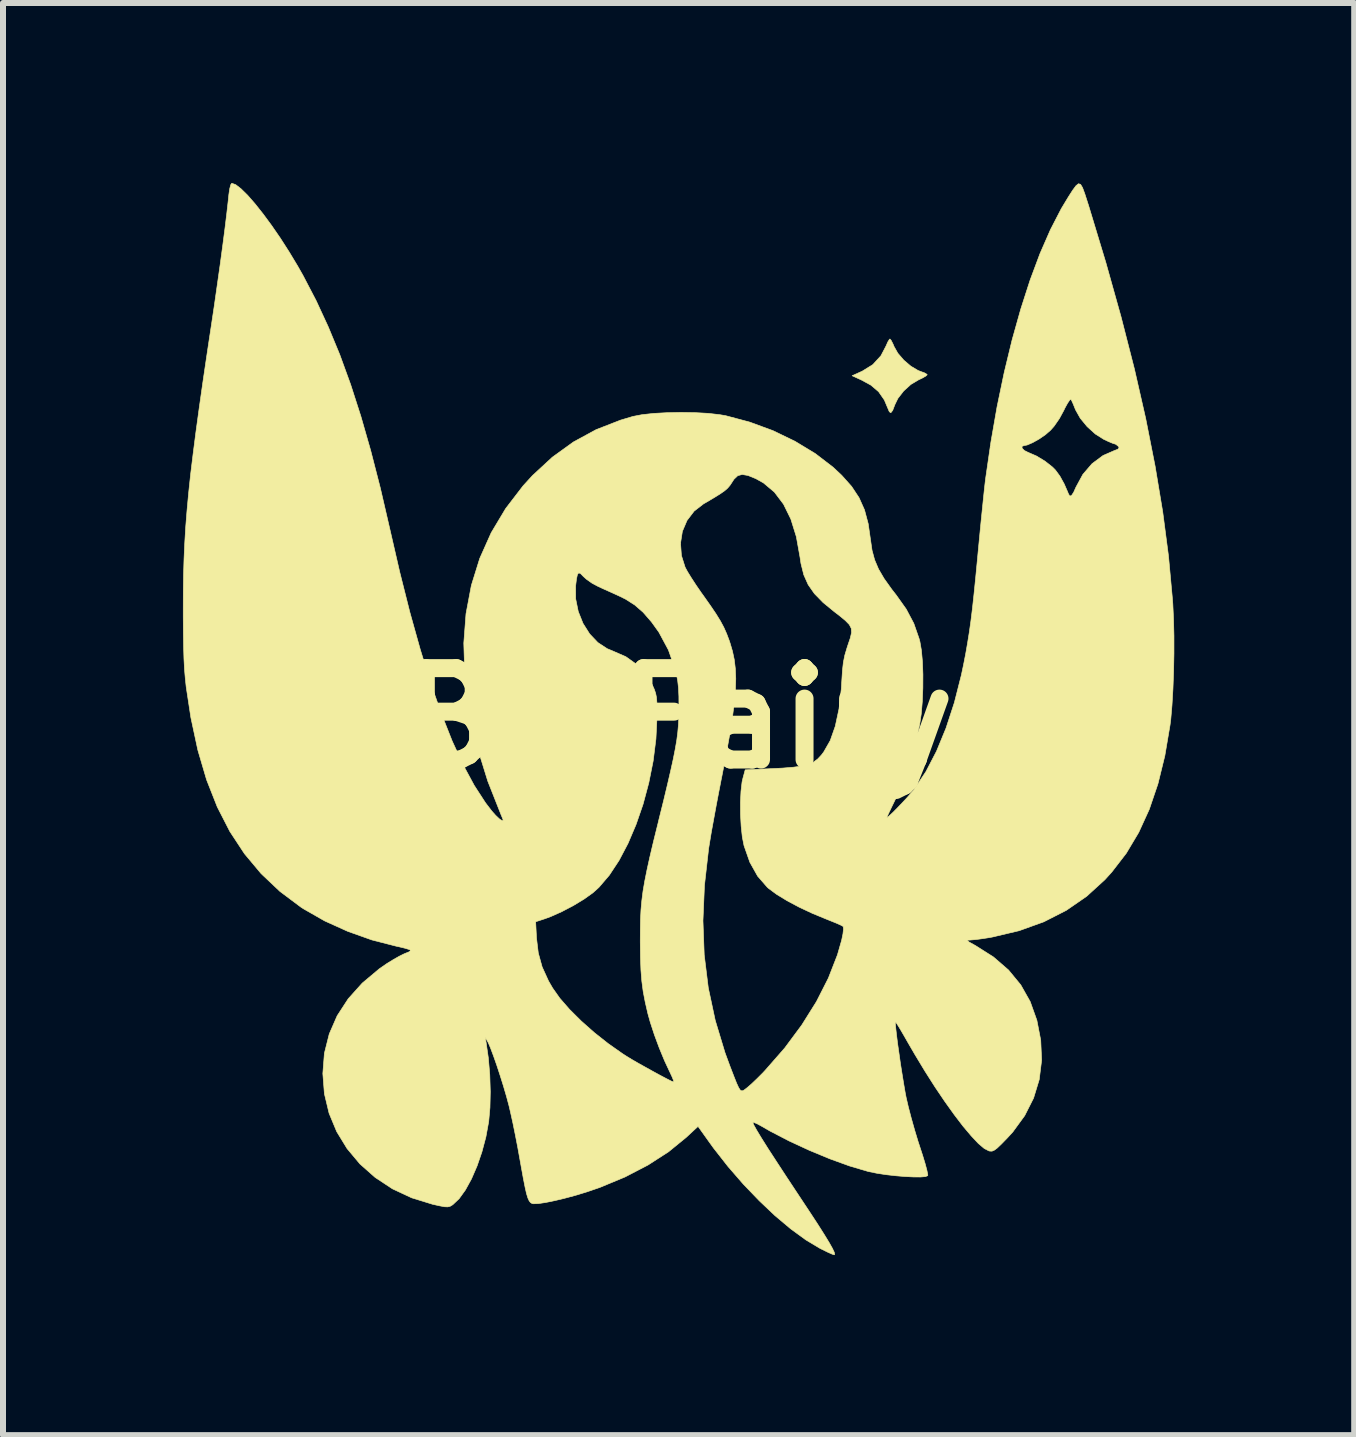
<source format=kicad_pcb>
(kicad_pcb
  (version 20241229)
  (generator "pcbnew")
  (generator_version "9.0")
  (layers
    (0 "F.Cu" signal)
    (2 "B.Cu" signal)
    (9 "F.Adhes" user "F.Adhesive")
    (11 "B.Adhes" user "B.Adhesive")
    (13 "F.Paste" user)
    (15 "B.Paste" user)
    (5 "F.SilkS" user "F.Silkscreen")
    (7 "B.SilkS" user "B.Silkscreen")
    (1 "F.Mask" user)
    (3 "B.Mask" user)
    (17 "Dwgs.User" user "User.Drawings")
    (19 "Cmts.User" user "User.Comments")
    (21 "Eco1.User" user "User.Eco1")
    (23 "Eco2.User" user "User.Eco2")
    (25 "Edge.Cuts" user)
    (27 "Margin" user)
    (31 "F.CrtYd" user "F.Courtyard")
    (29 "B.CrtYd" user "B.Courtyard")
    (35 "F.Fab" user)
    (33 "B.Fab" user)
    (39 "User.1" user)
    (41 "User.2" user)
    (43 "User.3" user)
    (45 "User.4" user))
  (footprint "BigFairy"
    (layer "F.Cu")
    (at 8.258 8.923)
    (property "Reference" "BigFairy" (at 0 0 0) (layer "F.SilkS") (effects (font (size 1.524 1.524) (thickness 0.3))))
    (attr through_hole)
    (fp_poly (pts (xy 3.549 -6.298) (xy 3.58 -6.237) (xy 3.597 -6.196) (xy 3.66 -6.084) (xy 3.759 -5.969) (xy 3.876 -5.869) (xy 3.995 -5.798) (xy 4.038 -5.781) (xy 4.107 -5.756) (xy 4.146 -5.732) (xy 4.149 -5.725) (xy 4.125 -5.703) (xy 4.064 -5.668) (xy 4.006 -5.641) (xy 3.877 -5.564) (xy 3.757 -5.455) (xy 3.661 -5.331) (xy 3.61 -5.226) (xy 3.574 -5.131) (xy 3.543 -5.092) (xy 3.518 -5.109) (xy 3.511 -5.125) (xy 3.435 -5.305) (xy 3.339 -5.443) (xy 3.211 -5.552) (xy 3.051 -5.639) (xy 2.898 -5.709) (xy 3.066 -5.785) (xy 3.242 -5.894) (xy 3.378 -6.042) (xy 3.461 -6.201) (xy 3.493 -6.273) (xy 3.52 -6.316) (xy 3.528 -6.322) (xy 3.549 -6.298)) (stroke (width 0.01) (type solid)) (fill yes) (layer "F.SilkS"))
    (fp_poly (pts (xy -7.378 -8.894) (xy -7.29 -8.826) (xy -7.181 -8.719) (xy -7.058 -8.578) (xy -6.923 -8.408) (xy -6.78 -8.214) (xy -6.634 -8.002) (xy -6.489 -7.776) (xy -6.348 -7.542) (xy -6.256 -7.38) (xy -6.038 -6.962) (xy -5.835 -6.523) (xy -5.643 -6.059) (xy -5.463 -5.564) (xy -5.292 -5.033) (xy -5.128 -4.461) (xy -4.969 -3.843) (xy -4.814 -3.174) (xy -4.812 -3.165) (xy -4.644 -2.435) (xy -4.474 -1.761) (xy -4.301 -1.143) (xy -4.127 -0.58) (xy -3.949 -0.073) (xy -3.77 0.38) (xy -3.587 0.778) (xy -3.402 1.121) (xy -3.214 1.411) (xy -3.11 1.547) (xy -3.045 1.62) (xy -2.985 1.677) (xy -2.958 1.696) (xy -2.926 1.711) (xy -2.919 1.699) (xy -2.937 1.652) (xy -2.952 1.617) (xy -3.176 1.05) (xy -3.349 0.492) (xy -3.473 -0.068) (xy -3.551 -0.637) (xy -3.56 -0.744) (xy -3.576 -1.252) (xy -3.539 -1.742) (xy -3.45 -2.214) (xy -3.31 -2.664) (xy -3.197 -2.917) (xy 0.037 -2.917) (xy 0.052 -2.712) (xy 0.113 -2.518) (xy 0.151 -2.447) (xy 0.215 -2.343) (xy 0.295 -2.22) (xy 0.385 -2.089) (xy 0.405 -2.062) (xy 0.53 -1.885) (xy 0.627 -1.742) (xy 0.701 -1.622) (xy 0.759 -1.514) (xy 0.806 -1.408) (xy 0.849 -1.294) (xy 0.862 -1.255) (xy 0.903 -1.117) (xy 0.933 -0.976) (xy 0.951 -0.825) (xy 0.958 -0.659) (xy 0.952 -0.473) (xy 0.934 -0.262) (xy 0.903 -0.019) (xy 0.859 0.261) (xy 0.801 0.584) (xy 0.729 0.955) (xy 0.717 1.014) (xy 0.673 1.24) (xy 0.629 1.471) (xy 0.588 1.695) (xy 0.551 1.897) (xy 0.523 2.067) (xy 0.506 2.171) (xy 0.436 2.788) (xy 0.411 3.377) (xy 0.432 3.945) (xy 0.5 4.496) (xy 0.616 5.039) (xy 0.779 5.578) (xy 0.863 5.806) (xy 0.926 5.969) (xy 0.972 6.085) (xy 1.007 6.161) (xy 1.035 6.202) (xy 1.062 6.214) (xy 1.091 6.203) (xy 1.129 6.175) (xy 1.154 6.155) (xy 1.222 6.096) (xy 1.312 6.01) (xy 1.41 5.912) (xy 1.449 5.87) (xy 1.773 5.5) (xy 2.058 5.116) (xy 2.303 4.725) (xy 2.502 4.333) (xy 2.653 3.946) (xy 2.723 3.702) (xy 2.745 3.596) (xy 2.754 3.515) (xy 2.749 3.473) (xy 2.748 3.472) (xy 2.713 3.452) (xy 2.637 3.418) (xy 2.533 3.376) (xy 2.461 3.347) (xy 2.233 3.253) (xy 2.012 3.149) (xy 1.81 3.041) (xy 1.638 2.936) (xy 1.507 2.839) (xy 1.485 2.82) (xy 1.323 2.634) (xy 1.193 2.402) (xy 1.096 2.126) (xy 1.067 1.981) (xy 1.048 1.801) (xy 1.037 1.603) (xy 1.036 1.403) (xy 1.045 1.218) (xy 1.063 1.063) (xy 1.077 1.002) (xy 1.115 0.861) (xy 1.51 0.843) (xy 1.739 0.832) (xy 1.92 0.817) (xy 2.061 0.797) (xy 2.169 0.77) (xy 2.254 0.732) (xy 2.323 0.681) (xy 2.385 0.615) (xy 2.425 0.562) (xy 2.533 0.373) (xy 2.617 0.134) (xy 2.679 -0.155) (xy 2.718 -0.49) (xy 2.726 -0.628) (xy 2.737 -0.798) (xy 2.752 -0.932) (xy 2.776 -1.05) (xy 2.812 -1.171) (xy 2.828 -1.22) (xy 2.868 -1.338) (xy 2.888 -1.426) (xy 2.884 -1.496) (xy 2.851 -1.56) (xy 2.785 -1.628) (xy 2.682 -1.713) (xy 2.602 -1.774) (xy 2.413 -1.929) (xy 2.269 -2.077) (xy 2.165 -2.226) (xy 2.092 -2.39) (xy 2.045 -2.578) (xy 2.029 -2.685) (xy 1.968 -3.025) (xy 1.876 -3.32) (xy 1.754 -3.568) (xy 1.602 -3.769) (xy 1.42 -3.922) (xy 1.293 -3.993) (xy 1.163 -4.046) (xy 1.065 -4.063) (xy 0.991 -4.043) (xy 0.928 -3.983) (xy 0.897 -3.935) (xy 0.862 -3.882) (xy 0.823 -3.836) (xy 0.772 -3.791) (xy 0.699 -3.74) (xy 0.596 -3.676) (xy 0.454 -3.592) (xy 0.423 -3.575) (xy 0.264 -3.452) (xy 0.145 -3.296) (xy 0.068 -3.115) (xy 0.037 -2.917) (xy -3.197 -2.917) (xy -3.119 -3.092) (xy -2.878 -3.495) (xy -2.588 -3.873) (xy -2.43 -4.046) (xy -2.1 -4.351) (xy -1.748 -4.605) (xy -1.371 -4.81) (xy -0.963 -4.969) (xy -0.755 -5.031) (xy -0.604 -5.06) (xy -0.412 -5.081) (xy -0.191 -5.093) (xy 0.043 -5.098) (xy 0.278 -5.094) (xy 0.498 -5.082) (xy 0.69 -5.06) (xy 0.79 -5.043) (xy 1.191 -4.936) (xy 1.58 -4.793) (xy 1.946 -4.616) (xy 2.283 -4.412) (xy 2.579 -4.185) (xy 2.724 -4.049) (xy 2.889 -3.864) (xy 3.013 -3.676) (xy 3.104 -3.473) (xy 3.166 -3.241) (xy 3.204 -2.977) (xy 3.23 -2.798) (xy 3.273 -2.639) (xy 3.338 -2.486) (xy 3.431 -2.327) (xy 3.558 -2.149) (xy 3.63 -2.057) (xy 3.8 -1.818) (xy 3.926 -1.58) (xy 4.014 -1.328) (xy 4.028 -1.276) (xy 4.053 -1.131) (xy 4.07 -0.944) (xy 4.078 -0.73) (xy 4.077 -0.503) (xy 4.068 -0.278) (xy 4.05 -0.07) (xy 4.025 0.099) (xy 3.969 0.351) (xy 3.892 0.625) (xy 3.801 0.902) (xy 3.703 1.161) (xy 3.618 1.355) (xy 3.563 1.468) (xy 3.517 1.564) (xy 3.487 1.629) (xy 3.477 1.651) (xy 3.484 1.654) (xy 3.522 1.623) (xy 3.582 1.567) (xy 3.656 1.492) (xy 3.737 1.407) (xy 3.817 1.321) (xy 3.887 1.24) (xy 3.937 1.178) (xy 4.129 0.889) (xy 4.305 0.55) (xy 4.463 0.166) (xy 4.602 -0.259) (xy 4.719 -0.719) (xy 4.755 -0.889) (xy 4.791 -1.073) (xy 4.822 -1.251) (xy 4.851 -1.431) (xy 4.878 -1.622) (xy 4.904 -1.833) (xy 4.93 -2.072) (xy 4.958 -2.349) (xy 4.989 -2.671) (xy 4.996 -2.747) (xy 5.019 -2.987) (xy 5.042 -3.226) (xy 5.065 -3.453) (xy 5.086 -3.658) (xy 5.104 -3.831) (xy 5.119 -3.962) (xy 5.123 -3.993) (xy 5.201 -4.531) (xy 5.728 -4.531) (xy 5.733 -4.499) (xy 5.77 -4.462) (xy 5.832 -4.431) (xy 5.835 -4.43) (xy 5.971 -4.371) (xy 6.113 -4.285) (xy 6.239 -4.186) (xy 6.288 -4.136) (xy 6.362 -4.035) (xy 6.434 -3.904) (xy 6.493 -3.768) (xy 6.501 -3.747) (xy 6.525 -3.704) (xy 6.554 -3.71) (xy 6.591 -3.766) (xy 6.629 -3.851) (xy 6.745 -4.065) (xy 6.898 -4.243) (xy 7.081 -4.379) (xy 7.261 -4.458) (xy 7.328 -4.484) (xy 7.348 -4.508) (xy 7.336 -4.532) (xy 7.294 -4.566) (xy 7.276 -4.572) (xy 7.238 -4.584) (xy 7.167 -4.614) (xy 7.094 -4.648) (xy 6.952 -4.738) (xy 6.816 -4.861) (xy 6.701 -5.001) (xy 6.623 -5.14) (xy 6.616 -5.157) (xy 6.583 -5.239) (xy 6.555 -5.3) (xy 6.545 -5.316) (xy 6.525 -5.304) (xy 6.489 -5.25) (xy 6.443 -5.166) (xy 6.428 -5.133) (xy 6.353 -4.995) (xy 6.265 -4.868) (xy 6.206 -4.801) (xy 6.12 -4.726) (xy 6.015 -4.654) (xy 5.908 -4.594) (xy 5.815 -4.554) (xy 5.764 -4.544) (xy 5.728 -4.531) (xy 5.201 -4.531) (xy 5.211 -4.6) (xy 5.314 -5.191) (xy 5.433 -5.762) (xy 5.565 -6.307) (xy 5.71 -6.823) (xy 5.865 -7.304) (xy 6.03 -7.746) (xy 6.204 -8.144) (xy 6.384 -8.493) (xy 6.504 -8.692) (xy 6.576 -8.804) (xy 6.63 -8.877) (xy 6.671 -8.91) (xy 6.706 -8.9) (xy 6.739 -8.845) (xy 6.777 -8.742) (xy 6.826 -8.589) (xy 6.84 -8.546) (xy 7.127 -7.598) (xy 7.381 -6.692) (xy 7.603 -5.825) (xy 7.792 -4.996) (xy 7.949 -4.201) (xy 8.076 -3.438) (xy 8.172 -2.704) (xy 8.237 -1.996) (xy 8.244 -1.905) (xy 8.256 -1.654) (xy 8.263 -1.373) (xy 8.263 -1.075) (xy 8.257 -0.773) (xy 8.246 -0.481) (xy 8.23 -0.212) (xy 8.21 0.02) (xy 8.198 0.113) (xy 8.111 0.627) (xy 7.996 1.095) (xy 7.852 1.519) (xy 7.676 1.904) (xy 7.469 2.251) (xy 7.227 2.565) (xy 7.111 2.693) (xy 6.807 2.97) (xy 6.468 3.204) (xy 6.093 3.395) (xy 5.682 3.543) (xy 5.233 3.649) (xy 5.197 3.656) (xy 5.075 3.675) (xy 4.965 3.69) (xy 4.885 3.697) (xy 4.872 3.698) (xy 4.829 3.7) (xy 4.821 3.71) (xy 4.85 3.733) (xy 4.924 3.774) (xy 4.953 3.79) (xy 5.253 3.98) (xy 5.505 4.198) (xy 5.709 4.446) (xy 5.867 4.726) (xy 5.978 5.037) (xy 6.042 5.368) (xy 6.057 5.702) (xy 6.017 6.025) (xy 5.923 6.333) (xy 5.775 6.626) (xy 5.576 6.899) (xy 5.487 6.996) (xy 5.388 7.098) (xy 5.318 7.165) (xy 5.268 7.202) (xy 5.23 7.218) (xy 5.193 7.217) (xy 5.177 7.213) (xy 5.101 7.174) (xy 5.001 7.089) (xy 4.883 6.963) (xy 4.747 6.802) (xy 4.599 6.608) (xy 4.441 6.387) (xy 4.277 6.144) (xy 4.111 5.883) (xy 3.945 5.608) (xy 3.839 5.426) (xy 3.766 5.298) (xy 3.703 5.19) (xy 3.654 5.11) (xy 3.626 5.068) (xy 3.62 5.063) (xy 3.619 5.095) (xy 3.626 5.173) (xy 3.639 5.288) (xy 3.657 5.431) (xy 3.68 5.592) (xy 3.704 5.762) (xy 3.731 5.932) (xy 3.757 6.092) (xy 3.781 6.233) (xy 3.798 6.322) (xy 3.834 6.477) (xy 3.883 6.665) (xy 3.94 6.867) (xy 3.999 7.062) (xy 4.023 7.135) (xy 4.073 7.288) (xy 4.114 7.423) (xy 4.143 7.531) (xy 4.158 7.602) (xy 4.159 7.626) (xy 4.121 7.642) (xy 4.037 7.649) (xy 3.919 7.648) (xy 3.777 7.641) (xy 3.621 7.628) (xy 3.463 7.61) (xy 3.313 7.587) (xy 3.181 7.56) (xy 3.153 7.553) (xy 2.852 7.464) (xy 2.524 7.345) (xy 2.184 7.204) (xy 1.847 7.048) (xy 1.529 6.883) (xy 1.39 6.803) (xy 1.313 6.761) (xy 1.259 6.739) (xy 1.242 6.74) (xy 1.258 6.781) (xy 1.306 6.867) (xy 1.385 6.998) (xy 1.495 7.173) (xy 1.636 7.39) (xy 1.806 7.65) (xy 2.005 7.951) (xy 2.005 7.951) (xy 2.177 8.211) (xy 2.318 8.426) (xy 2.429 8.601) (xy 2.512 8.737) (xy 2.569 8.838) (xy 2.6 8.904) (xy 2.607 8.939) (xy 2.598 8.946) (xy 2.562 8.934) (xy 2.49 8.902) (xy 2.395 8.855) (xy 2.359 8.837) (xy 2.127 8.698) (xy 1.876 8.515) (xy 1.614 8.295) (xy 1.348 8.043) (xy 1.083 7.767) (xy 0.828 7.473) (xy 0.589 7.168) (xy 0.514 7.064) (xy 0.329 6.805) (xy 0.131 6.989) (xy -0.163 7.229) (xy -0.506 7.45) (xy -0.889 7.649) (xy -1.308 7.823) (xy -1.524 7.897) (xy -1.707 7.953) (xy -1.889 8.002) (xy -2.06 8.043) (xy -2.211 8.074) (xy -2.333 8.092) (xy -2.414 8.095) (xy -2.437 8.091) (xy -2.463 8.076) (xy -2.486 8.047) (xy -2.508 7.999) (xy -2.531 7.924) (xy -2.555 7.817) (xy -2.584 7.67) (xy -2.619 7.477) (xy -2.64 7.359) (xy -2.676 7.159) (xy -2.716 6.953) (xy -2.756 6.756) (xy -2.794 6.584) (xy -2.821 6.467) (xy -2.863 6.31) (xy -2.914 6.136) (xy -2.97 5.957) (xy -3.027 5.783) (xy -3.082 5.627) (xy -3.13 5.499) (xy -3.168 5.41) (xy -3.178 5.392) (xy -3.219 5.32) (xy -3.204 5.405) (xy -3.167 5.663) (xy -3.143 5.944) (xy -3.134 6.227) (xy -3.14 6.494) (xy -3.161 6.726) (xy -3.162 6.731) (xy -3.208 6.983) (xy -3.274 7.231) (xy -3.355 7.466) (xy -3.448 7.681) (xy -3.549 7.865) (xy -3.654 8.011) (xy -3.759 8.11) (xy -3.768 8.116) (xy -3.805 8.138) (xy -3.844 8.147) (xy -3.898 8.145) (xy -3.982 8.129) (xy -4.095 8.104) (xy -4.445 7.996) (xy -4.766 7.846) (xy -5.054 7.656) (xy -5.308 7.431) (xy -5.522 7.175) (xy -5.695 6.892) (xy -5.822 6.586) (xy -5.9 6.26) (xy -5.926 5.924) (xy -5.9 5.586) (xy -5.819 5.264) (xy -5.687 4.961) (xy -5.503 4.678) (xy -5.269 4.417) (xy -4.987 4.18) (xy -4.862 4.093) (xy -4.753 4.026) (xy -4.651 3.968) (xy -4.572 3.929) (xy -4.553 3.921) (xy -4.491 3.896) (xy -4.46 3.873) (xy -4.459 3.871) (xy -4.485 3.857) (xy -4.553 3.836) (xy -4.652 3.812) (xy -4.703 3.801) (xy -5.108 3.697) (xy -5.51 3.554) (xy -5.864 3.394) (xy -2.378 3.394) (xy -2.364 3.665) (xy -2.334 3.915) (xy -2.27 4.147) (xy -2.164 4.38) (xy -2.096 4.498) (xy -1.976 4.668) (xy -1.814 4.854) (xy -1.619 5.048) (xy -1.4 5.242) (xy -1.166 5.427) (xy -0.927 5.595) (xy -0.86 5.638) (xy -0.778 5.688) (xy -0.671 5.75) (xy -0.549 5.818) (xy -0.423 5.888) (xy -0.302 5.954) (xy -0.198 6.009) (xy -0.121 6.048) (xy -0.08 6.066) (xy -0.077 6.067) (xy -0.078 6.044) (xy -0.101 5.985) (xy -0.14 5.901) (xy -0.143 5.895) (xy -0.229 5.711) (xy -0.317 5.498) (xy -0.399 5.277) (xy -0.467 5.069) (xy -0.506 4.93) (xy -0.551 4.736) (xy -0.585 4.559) (xy -0.608 4.385) (xy -0.623 4.198) (xy -0.631 3.985) (xy -0.634 3.731) (xy -0.634 3.711) (xy -0.633 3.52) (xy -0.63 3.35) (xy -0.622 3.193) (xy -0.608 3.04) (xy -0.588 2.883) (xy -0.559 2.714) (xy -0.521 2.525) (xy -0.473 2.308) (xy -0.413 2.054) (xy -0.339 1.756) (xy -0.324 1.693) (xy -0.245 1.375) (xy -0.18 1.104) (xy -0.127 0.875) (xy -0.084 0.681) (xy -0.051 0.514) (xy -0.026 0.369) (xy -0.009 0.238) (xy 0.002 0.115) (xy 0.008 -0.006) (xy 0.011 -0.133) (xy 0.011 -0.183) (xy 0.01 -0.364) (xy 0.003 -0.505) (xy -0.01 -0.623) (xy -0.031 -0.733) (xy -0.051 -0.814) (xy -0.165 -1.138) (xy -0.324 -1.434) (xy -0.447 -1.605) (xy -0.587 -1.766) (xy -0.726 -1.887) (xy -0.88 -1.985) (xy -0.988 -2.038) (xy -1.113 -2.095) (xy -1.247 -2.155) (xy -1.336 -2.196) (xy -1.439 -2.251) (xy -1.532 -2.317) (xy -1.581 -2.361) (xy -1.628 -2.409) (xy -1.659 -2.423) (xy -1.681 -2.397) (xy -1.697 -2.325) (xy -1.712 -2.203) (xy -1.712 -2.203) (xy -1.711 -1.99) (xy -1.668 -1.779) (xy -1.589 -1.581) (xy -1.478 -1.405) (xy -1.341 -1.261) (xy -1.184 -1.158) (xy -1.108 -1.127) (xy -0.876 -1.026) (xy -0.679 -0.886) (xy -0.522 -0.71) (xy -0.434 -0.557) (xy -0.4 -0.481) (xy -0.378 -0.416) (xy -0.364 -0.347) (xy -0.357 -0.261) (xy -0.355 -0.144) (xy -0.355 -0.014) (xy -0.373 0.347) (xy -0.419 0.713) (xy -0.492 1.078) (xy -0.587 1.433) (xy -0.704 1.772) (xy -0.838 2.087) (xy -0.988 2.372) (xy -1.151 2.619) (xy -1.324 2.821) (xy -1.424 2.911) (xy -1.571 3.016) (xy -1.751 3.125) (xy -1.944 3.226) (xy -2.13 3.309) (xy -2.226 3.344) (xy -2.378 3.394) (xy -5.864 3.394) (xy -5.895 3.38) (xy -6.245 3.18) (xy -6.293 3.149) (xy -6.641 2.888) (xy -6.954 2.592) (xy -7.232 2.26) (xy -7.476 1.889) (xy -7.686 1.479) (xy -7.864 1.027) (xy -8.01 0.531) (xy -8.126 -0.01) (xy -8.204 -0.522) (xy -8.219 -0.664) (xy -8.232 -0.816) (xy -8.241 -0.986) (xy -8.247 -1.183) (xy -8.251 -1.415) (xy -8.253 -1.692) (xy -8.253 -1.834) (xy -8.252 -2.119) (xy -8.248 -2.391) (xy -8.24 -2.656) (xy -8.228 -2.92) (xy -8.212 -3.188) (xy -8.19 -3.465) (xy -8.163 -3.756) (xy -8.13 -4.067) (xy -8.089 -4.403) (xy -8.042 -4.769) (xy -7.987 -5.171) (xy -7.924 -5.614) (xy -7.852 -6.102) (xy -7.789 -6.519) (xy -7.736 -6.872) (xy -7.686 -7.222) (xy -7.638 -7.56) (xy -7.595 -7.879) (xy -7.557 -8.171) (xy -7.526 -8.427) (xy -7.502 -8.639) (xy -7.493 -8.728) (xy -7.479 -8.824) (xy -7.462 -8.892) (xy -7.444 -8.918) (xy -7.444 -8.918) (xy -7.378 -8.894)) (stroke (width 0.01) (type solid)) (fill yes) (layer "F.SilkS")))
  (gr_rect
    (start -3 -3)
    (end 19.526 20.875)
    (stroke (width 0.1) (type default))
    (fill no)
    (layer "Edge.Cuts")))
</source>
